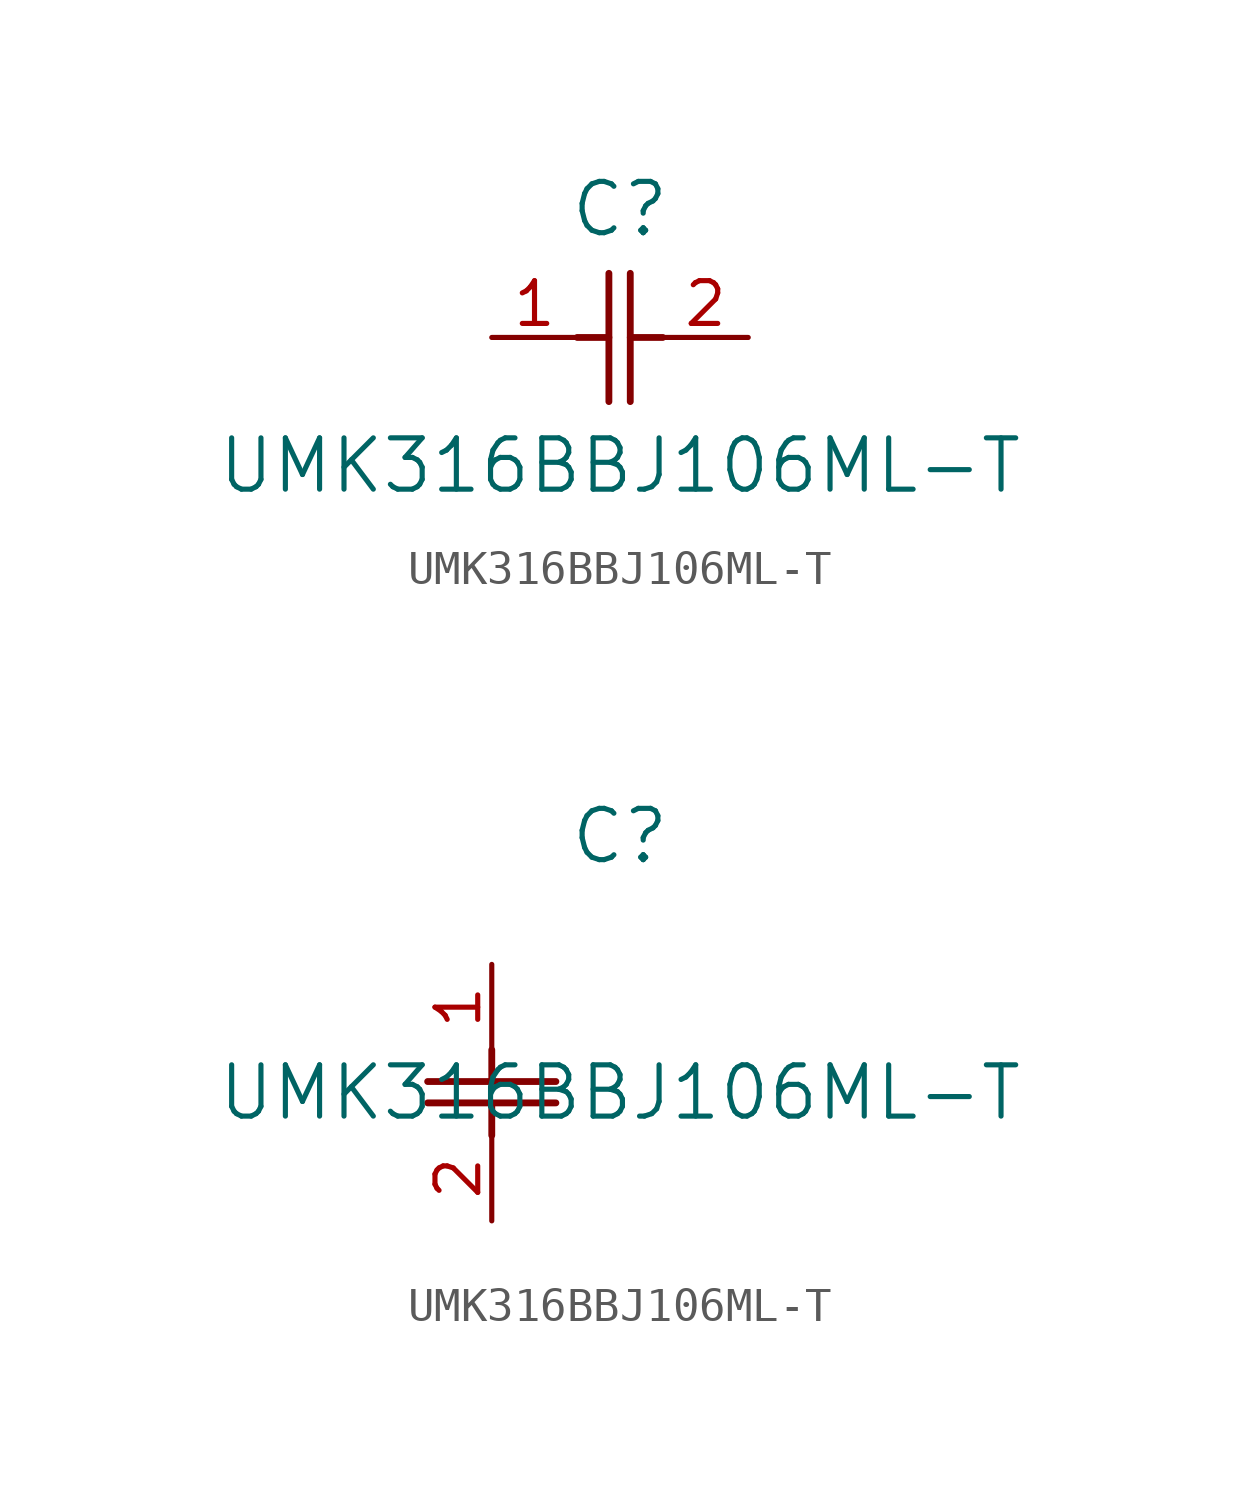
<source format=kicad_sym>
(kicad_symbol_lib
  (version 20211014)
  (generator kicad_symbol_editor)
  (symbol "UMK316BBJ106ML-T"
    (pin_names
      (offset 0.254))
    (property "Reference" "C"
      (at 3.81 3.81 0)
      (effects (font (size 1.524 1.524))))
    (property "Value" "UMK316BBJ106ML-T"
      (at 3.81 -3.81 0)
      (effects (font (size 1.524 1.524))))
    (symbol "UMK316BBJ106ML-T_1_1"
      (polyline (pts (xy 3.48 -1.905) (xy 3.48 1.905)) (stroke (width 0.203) (type default) (color 0 0 0 0)) (fill (type none)))
      (polyline (pts (xy 4.115 -1.905) (xy 4.115 1.905)) (stroke (width 0.203) (type default) (color 0 0 0 0)) (fill (type none)))
      (polyline (pts (xy 4.115 0) (xy 5.08 0)) (stroke (width 0.203) (type default) (color 0 0 0 0)) (fill (type none)))
      (polyline (pts (xy 2.54 0) (xy 3.48 0)) (stroke (width 0.203) (type default) (color 0 0 0 0)) (fill (type none)))
      (pin unspecified line (at 0 0 0) (length 2.54) (name "" (effects (font (size 1.27 1.27)))) (number "1" (effects (font (size 1.27 1.27)))))
      (pin unspecified line (at 7.62 0 180) (length 2.54) (name "" (effects (font (size 1.27 1.27)))) (number "2" (effects (font (size 1.27 1.27))))))
    (symbol "UMK316BBJ106ML-T_1_2"
      (polyline (pts (xy -1.905 -3.48) (xy 1.905 -3.48)) (stroke (width 0.203) (type default) (color 0 0 0 0)) (fill (type none)))
      (polyline (pts (xy -1.905 -4.115) (xy 1.905 -4.115)) (stroke (width 0.203) (type default) (color 0 0 0 0)) (fill (type none)))
      (polyline (pts (xy 0 -4.115) (xy 0 -5.08)) (stroke (width 0.203) (type default) (color 0 0 0 0)) (fill (type none)))
      (polyline (pts (xy 0 -2.54) (xy 0 -3.48)) (stroke (width 0.203) (type default) (color 0 0 0 0)) (fill (type none)))
      (pin unspecified line (at 0 0 270) (length 2.54) (name "" (effects (font (size 1.27 1.27)))) (number "1" (effects (font (size 1.27 1.27)))))
      (pin unspecified line (at 0 -7.62 90) (length 2.54) (name "" (effects (font (size 1.27 1.27)))) (number "2" (effects (font (size 1.27 1.27))))))))
</source>
